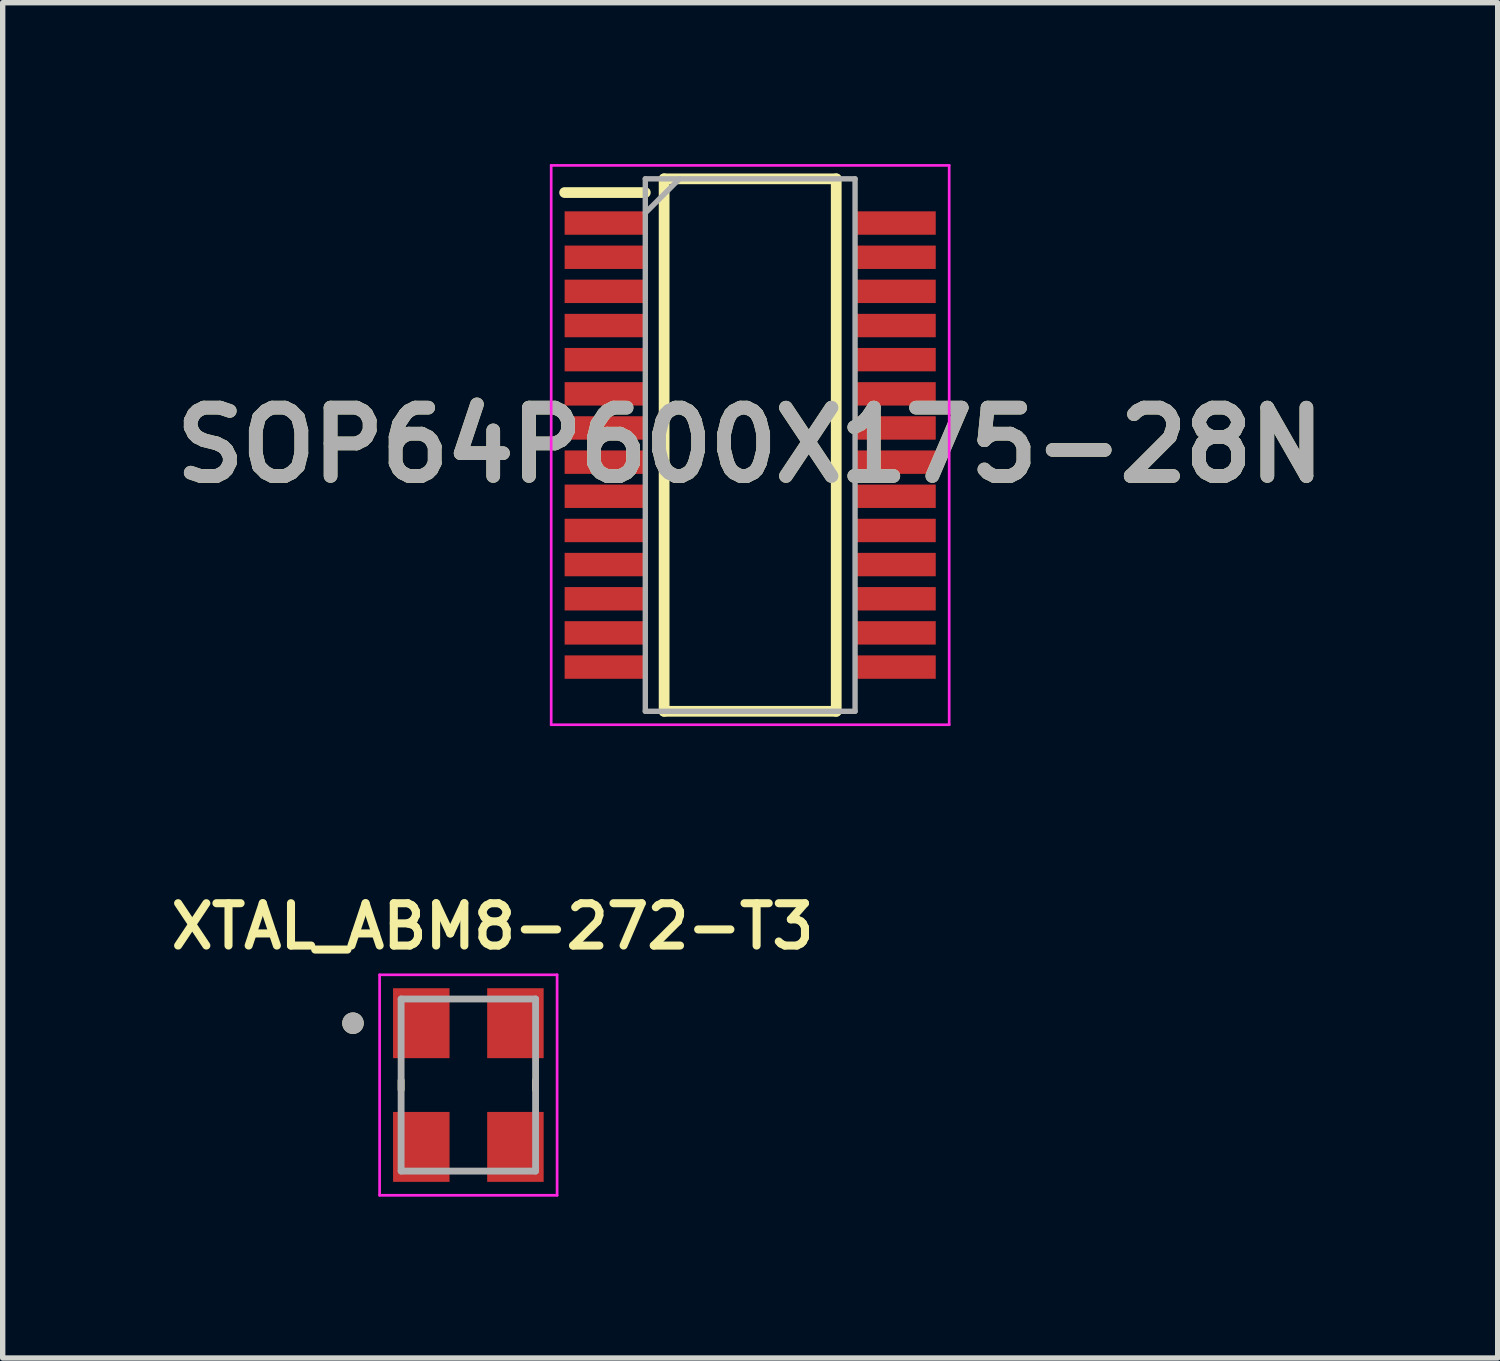
<source format=kicad_pcb>
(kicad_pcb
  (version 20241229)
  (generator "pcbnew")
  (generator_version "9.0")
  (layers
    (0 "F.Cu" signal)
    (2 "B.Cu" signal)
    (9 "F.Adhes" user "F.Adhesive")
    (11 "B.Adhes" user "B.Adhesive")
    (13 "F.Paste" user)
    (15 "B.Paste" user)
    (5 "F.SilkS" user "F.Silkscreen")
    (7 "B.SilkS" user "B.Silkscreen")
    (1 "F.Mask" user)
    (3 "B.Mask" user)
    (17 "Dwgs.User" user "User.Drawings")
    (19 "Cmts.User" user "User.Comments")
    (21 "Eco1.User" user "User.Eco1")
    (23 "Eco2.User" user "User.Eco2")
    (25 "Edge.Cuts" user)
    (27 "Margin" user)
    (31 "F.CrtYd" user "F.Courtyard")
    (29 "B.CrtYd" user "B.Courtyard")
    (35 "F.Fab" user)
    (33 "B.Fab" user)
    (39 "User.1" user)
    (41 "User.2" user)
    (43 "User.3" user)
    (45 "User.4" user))
  (footprint "SOP64P600X175-28N"
    (layer "F.Cu")
    (at 10.898 5.225)
    (property "Reference" "SOP64P600X175-28N" (at 0 0 0) (layer "F.SilkS") (effects (font (size 1.27 1.27) (thickness 0.254))))
    (attr smd)
    (fp_line (start -3.45 -4.695) (end -1.95 -4.695) (stroke (width 0.2) (type solid)) (layer "F.SilkS"))
    (fp_line (start -1.6 -4.95) (end 1.6 -4.95) (stroke (width 0.2) (type solid)) (layer "F.SilkS"))
    (fp_line (start -1.6 4.95) (end -1.6 -4.95) (stroke (width 0.2) (type solid)) (layer "F.SilkS"))
    (fp_line (start 1.6 -4.95) (end 1.6 4.95) (stroke (width 0.2) (type solid)) (layer "F.SilkS"))
    (fp_line (start 1.6 4.95) (end -1.6 4.95) (stroke (width 0.2) (type solid)) (layer "F.SilkS"))
    (fp_line (start -3.7 -5.2) (end 3.7 -5.2) (stroke (width 0.05) (type solid)) (layer "F.CrtYd"))
    (fp_line (start -3.7 5.2) (end -3.7 -5.2) (stroke (width 0.05) (type solid)) (layer "F.CrtYd"))
    (fp_line (start 3.7 -5.2) (end 3.7 5.2) (stroke (width 0.05) (type solid)) (layer "F.CrtYd"))
    (fp_line (start 3.7 5.2) (end -3.7 5.2) (stroke (width 0.05) (type solid)) (layer "F.CrtYd"))
    (fp_line (start -1.95 -4.95) (end 1.95 -4.95) (stroke (width 0.1) (type solid)) (layer "F.Fab"))
    (fp_line (start -1.95 -4.315) (end -1.315 -4.95) (stroke (width 0.1) (type solid)) (layer "F.Fab"))
    (fp_line (start -1.95 4.95) (end -1.95 -4.95) (stroke (width 0.1) (type solid)) (layer "F.Fab"))
    (fp_line (start 1.95 -4.95) (end 1.95 4.95) (stroke (width 0.1) (type solid)) (layer "F.Fab"))
    (fp_line (start 1.95 4.95) (end -1.95 4.95) (stroke (width 0.1) (type solid)) (layer "F.Fab"))
    (fp_text user "${REFERENCE}" (at 0 0 0) (layer "F.Fab") (effects (font (size 1.27 1.27) (thickness 0.254))))
    (pad "1" smd rect (at -2.7 -4.128 90) (size 0.435 1.5) (layers "F.Cu" "F.Mask" "F.Paste"))
    (pad "2" smd rect (at -2.7 -3.492 90) (size 0.435 1.5) (layers "F.Cu" "F.Mask" "F.Paste"))
    (pad "3" smd rect (at -2.7 -2.858 90) (size 0.435 1.5) (layers "F.Cu" "F.Mask" "F.Paste"))
    (pad "4" smd rect (at -2.7 -2.222 90) (size 0.435 1.5) (layers "F.Cu" "F.Mask" "F.Paste"))
    (pad "5" smd rect (at -2.7 -1.588 90) (size 0.435 1.5) (layers "F.Cu" "F.Mask" "F.Paste"))
    (pad "6" smd rect (at -2.7 -0.952 90) (size 0.435 1.5) (layers "F.Cu" "F.Mask" "F.Paste"))
    (pad "7" smd rect (at -2.7 -0.318 90) (size 0.435 1.5) (layers "F.Cu" "F.Mask" "F.Paste"))
    (pad "8" smd rect (at -2.7 0.318 90) (size 0.435 1.5) (layers "F.Cu" "F.Mask" "F.Paste"))
    (pad "9" smd rect (at -2.7 0.952 90) (size 0.435 1.5) (layers "F.Cu" "F.Mask" "F.Paste"))
    (pad "10" smd rect (at -2.7 1.588 90) (size 0.435 1.5) (layers "F.Cu" "F.Mask" "F.Paste"))
    (pad "11" smd rect (at -2.7 2.222 90) (size 0.435 1.5) (layers "F.Cu" "F.Mask" "F.Paste"))
    (pad "12" smd rect (at -2.7 2.858 90) (size 0.435 1.5) (layers "F.Cu" "F.Mask" "F.Paste"))
    (pad "13" smd rect (at -2.7 3.492 90) (size 0.435 1.5) (layers "F.Cu" "F.Mask" "F.Paste"))
    (pad "14" smd rect (at -2.7 4.128 90) (size 0.435 1.5) (layers "F.Cu" "F.Mask" "F.Paste"))
    (pad "15" smd rect (at 2.7 4.128 90) (size 0.435 1.5) (layers "F.Cu" "F.Mask" "F.Paste"))
    (pad "16" smd rect (at 2.7 3.492 90) (size 0.435 1.5) (layers "F.Cu" "F.Mask" "F.Paste"))
    (pad "17" smd rect (at 2.7 2.858 90) (size 0.435 1.5) (layers "F.Cu" "F.Mask" "F.Paste"))
    (pad "18" smd rect (at 2.7 2.222 90) (size 0.435 1.5) (layers "F.Cu" "F.Mask" "F.Paste"))
    (pad "19" smd rect (at 2.7 1.588 90) (size 0.435 1.5) (layers "F.Cu" "F.Mask" "F.Paste"))
    (pad "20" smd rect (at 2.7 0.952 90) (size 0.435 1.5) (layers "F.Cu" "F.Mask" "F.Paste"))
    (pad "21" smd rect (at 2.7 0.318 90) (size 0.435 1.5) (layers "F.Cu" "F.Mask" "F.Paste"))
    (pad "22" smd rect (at 2.7 -0.318 90) (size 0.435 1.5) (layers "F.Cu" "F.Mask" "F.Paste"))
    (pad "23" smd rect (at 2.7 -0.952 90) (size 0.435 1.5) (layers "F.Cu" "F.Mask" "F.Paste"))
    (pad "24" smd rect (at 2.7 -1.588 90) (size 0.435 1.5) (layers "F.Cu" "F.Mask" "F.Paste"))
    (pad "25" smd rect (at 2.7 -2.222 90) (size 0.435 1.5) (layers "F.Cu" "F.Mask" "F.Paste"))
    (pad "26" smd rect (at 2.7 -2.858 90) (size 0.435 1.5) (layers "F.Cu" "F.Mask" "F.Paste"))
    (pad "27" smd rect (at 2.7 -3.492 90) (size 0.435 1.5) (layers "F.Cu" "F.Mask" "F.Paste"))
    (pad "28" smd rect (at 2.7 -4.128 90) (size 0.435 1.5) (layers "F.Cu" "F.Mask" "F.Paste")))
  (footprint "XTAL_ABM8-272-T3"
    (layer "F.Cu")
    (at 5.658 17.124)
    (property "Reference" "XTAL_ABM8-272-T3" (at 0.45 -2.95 0) (layer "F.SilkS") (effects (font (size 0.787 0.787) (thickness 0.15))))
    (attr smd)
    (fp_line (start -1.25 -0.085) (end -1.25 0.085) (stroke (width 0.127) (type solid)) (layer "F.SilkS"))
    (fp_line (start 1.25 -0.085) (end 1.25 0.085) (stroke (width 0.127) (type solid)) (layer "F.SilkS"))
    (fp_circle (center -2.145 -1.15) (end -2.045 -1.15) (stroke (width 0.2) (type solid)) (fill no) (layer "F.SilkS"))
    (fp_line (start -1.65 -2.05) (end -1.65 2.05) (stroke (width 0.05) (type solid)) (layer "F.CrtYd"))
    (fp_line (start -1.65 2.05) (end 1.65 2.05) (stroke (width 0.05) (type solid)) (layer "F.CrtYd"))
    (fp_line (start 1.65 -2.05) (end -1.65 -2.05) (stroke (width 0.05) (type solid)) (layer "F.CrtYd"))
    (fp_line (start 1.65 2.05) (end 1.65 -2.05) (stroke (width 0.05) (type solid)) (layer "F.CrtYd"))
    (fp_line (start -1.25 -1.6) (end -1.25 1.6) (stroke (width 0.127) (type solid)) (layer "F.Fab"))
    (fp_line (start -1.25 1.6) (end 1.25 1.6) (stroke (width 0.127) (type solid)) (layer "F.Fab"))
    (fp_line (start 1.25 -1.6) (end -1.25 -1.6) (stroke (width 0.127) (type solid)) (layer "F.Fab"))
    (fp_line (start 1.25 1.6) (end 1.25 -1.6) (stroke (width 0.127) (type solid)) (layer "F.Fab"))
    (fp_circle (center -2.145 -1.15) (end -2.045 -1.15) (stroke (width 0.2) (type solid)) (fill no) (layer "F.Fab"))
    (pad "1" smd rect (at -0.875 -1.15) (size 1.05 1.3) (layers "F.Cu" "F.Mask" "F.Paste"))
    (pad "2" smd rect (at -0.875 1.15) (size 1.05 1.3) (layers "F.Cu" "F.Mask" "F.Paste"))
    (pad "3" smd rect (at 0.875 1.15) (size 1.05 1.3) (layers "F.Cu" "F.Mask" "F.Paste"))
    (pad "4" smd rect (at 0.875 -1.15) (size 1.05 1.3) (layers "F.Cu" "F.Mask" "F.Paste")))
  (gr_rect
    (start -3 -3)
    (end 24.796 22.199)
    (stroke (width 0.1) (type default))
    (fill no)
    (layer "Edge.Cuts")))
</source>
